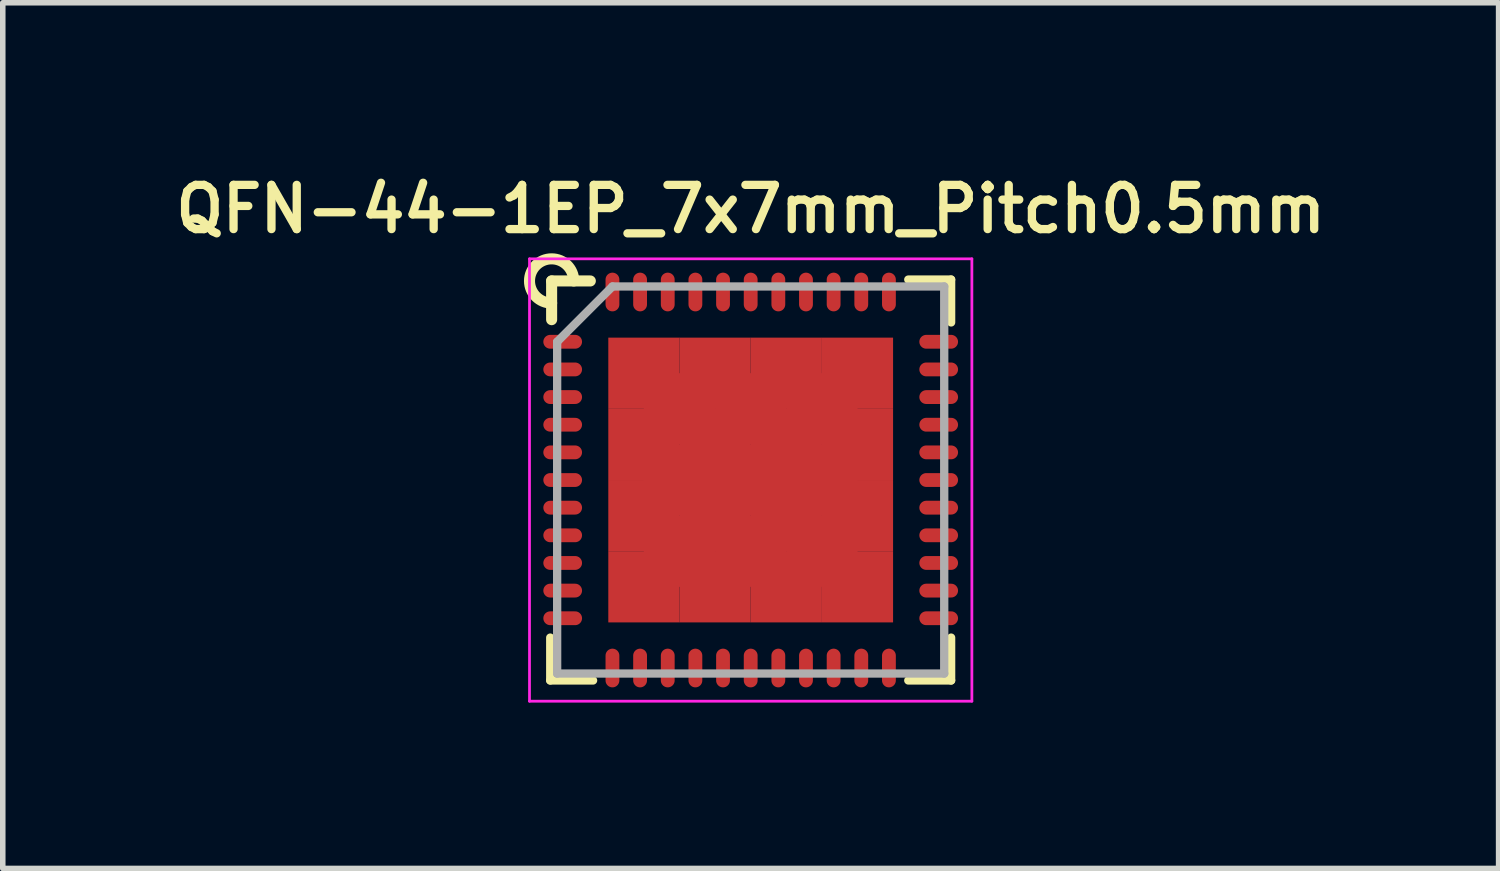
<source format=kicad_pcb>
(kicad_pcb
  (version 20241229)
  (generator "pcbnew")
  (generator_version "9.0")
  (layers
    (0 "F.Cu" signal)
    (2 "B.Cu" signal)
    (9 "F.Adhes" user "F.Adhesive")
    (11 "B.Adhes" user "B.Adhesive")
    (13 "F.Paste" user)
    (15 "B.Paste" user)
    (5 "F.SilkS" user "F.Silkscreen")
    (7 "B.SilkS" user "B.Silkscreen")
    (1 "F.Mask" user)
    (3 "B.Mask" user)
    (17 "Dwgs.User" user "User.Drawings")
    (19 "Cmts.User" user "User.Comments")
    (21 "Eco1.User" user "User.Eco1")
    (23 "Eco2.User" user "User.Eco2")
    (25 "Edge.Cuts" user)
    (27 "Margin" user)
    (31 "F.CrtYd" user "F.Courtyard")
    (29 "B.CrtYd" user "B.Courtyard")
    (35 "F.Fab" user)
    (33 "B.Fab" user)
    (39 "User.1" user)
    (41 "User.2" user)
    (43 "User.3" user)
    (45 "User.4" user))
  (footprint "QFN-44-1EP_7x7mm_Pitch0.5mm"
    (layer "F.Cu")
    (at 10.526 5.631)
    (property "Reference" "QFN-44-1EP_7x7mm_Pitch0.5mm" (at 0 -4.9 0) (layer "F.SilkS") (effects (font (size 0.8 0.8) (thickness 0.15))))
    (attr smd)
    (fp_line (start -3.625 3.625) (end -3.625 2.85) (stroke (width 0.15) (type solid)) (layer "F.SilkS"))
    (fp_line (start -3.625 3.625) (end -2.85 3.625) (stroke (width 0.15) (type solid)) (layer "F.SilkS"))
    (fp_line (start -3.6 -3.6) (end -3.6 -2.9) (stroke (width 0.2) (type solid)) (layer "F.SilkS"))
    (fp_line (start -2.9 -3.6) (end -3.6 -3.6) (stroke (width 0.2) (type solid)) (layer "F.SilkS"))
    (fp_line (start 3.625 -3.625) (end 2.85 -3.625) (stroke (width 0.15) (type solid)) (layer "F.SilkS"))
    (fp_line (start 3.625 -3.625) (end 3.625 -2.85) (stroke (width 0.15) (type solid)) (layer "F.SilkS"))
    (fp_line (start 3.625 3.625) (end 2.85 3.625) (stroke (width 0.15) (type solid)) (layer "F.SilkS"))
    (fp_line (start 3.625 3.625) (end 3.625 2.85) (stroke (width 0.15) (type solid)) (layer "F.SilkS"))
    (fp_arc (start -3.6 -3.2) (mid -3.882843 -3.882843) (end -3.2 -3.6) (stroke (width 0.2) (type solid)) (layer "F.SilkS"))
    (fp_line (start -4 -4) (end -4 4) (stroke (width 0.05) (type solid)) (layer "F.CrtYd"))
    (fp_line (start -4 -4) (end 4 -4) (stroke (width 0.05) (type solid)) (layer "F.CrtYd"))
    (fp_line (start -4 4) (end 4 4) (stroke (width 0.05) (type solid)) (layer "F.CrtYd"))
    (fp_line (start 4 -4) (end 4 4) (stroke (width 0.05) (type solid)) (layer "F.CrtYd"))
    (fp_line (start -3.5 -2.5) (end -2.5 -3.5) (stroke (width 0.15) (type solid)) (layer "F.Fab"))
    (fp_line (start -3.5 3.5) (end -3.5 -2.5) (stroke (width 0.15) (type solid)) (layer "F.Fab"))
    (fp_line (start -2.5 -3.5) (end 3.5 -3.5) (stroke (width 0.15) (type solid)) (layer "F.Fab"))
    (fp_line (start 3.5 -3.5) (end 3.5 3.5) (stroke (width 0.15) (type solid)) (layer "F.Fab"))
    (fp_line (start 3.5 3.5) (end -3.5 3.5) (stroke (width 0.15) (type solid)) (layer "F.Fab"))
    (pad "1" smd oval (at -3.4 -2.5) (size 0.7 0.25) (layers "F.Cu" "F.Mask" "F.Paste"))
    (pad "2" smd oval (at -3.4 -2) (size 0.7 0.25) (layers "F.Cu" "F.Mask" "F.Paste"))
    (pad "3" smd oval (at -3.4 -1.5) (size 0.7 0.25) (layers "F.Cu" "F.Mask" "F.Paste"))
    (pad "4" smd oval (at -3.4 -1) (size 0.7 0.25) (layers "F.Cu" "F.Mask" "F.Paste"))
    (pad "5" smd oval (at -3.4 -0.5) (size 0.7 0.25) (layers "F.Cu" "F.Mask" "F.Paste"))
    (pad "6" smd oval (at -3.4 0) (size 0.7 0.25) (layers "F.Cu" "F.Mask" "F.Paste"))
    (pad "7" smd oval (at -3.4 0.5) (size 0.7 0.25) (layers "F.Cu" "F.Mask" "F.Paste"))
    (pad "8" smd oval (at -3.4 1) (size 0.7 0.25) (layers "F.Cu" "F.Mask" "F.Paste"))
    (pad "9" smd oval (at -3.4 1.5) (size 0.7 0.25) (layers "F.Cu" "F.Mask" "F.Paste"))
    (pad "10" smd oval (at -3.4 2) (size 0.7 0.25) (layers "F.Cu" "F.Mask" "F.Paste"))
    (pad "11" smd oval (at -3.4 2.5) (size 0.7 0.25) (layers "F.Cu" "F.Mask" "F.Paste"))
    (pad "12" smd oval (at -2.5 3.4 90) (size 0.7 0.25) (layers "F.Cu" "F.Mask" "F.Paste"))
    (pad "13" smd oval (at -2 3.4 90) (size 0.7 0.25) (layers "F.Cu" "F.Mask" "F.Paste"))
    (pad "14" smd oval (at -1.5 3.4 90) (size 0.7 0.25) (layers "F.Cu" "F.Mask" "F.Paste"))
    (pad "15" smd oval (at -1 3.4 90) (size 0.7 0.25) (layers "F.Cu" "F.Mask" "F.Paste"))
    (pad "16" smd oval (at -0.5 3.4 90) (size 0.7 0.25) (layers "F.Cu" "F.Mask" "F.Paste"))
    (pad "17" smd oval (at 0 3.4 90) (size 0.7 0.25) (layers "F.Cu" "F.Mask" "F.Paste"))
    (pad "18" smd oval (at 0.5 3.4 90) (size 0.7 0.25) (layers "F.Cu" "F.Mask" "F.Paste"))
    (pad "19" smd oval (at 1 3.4 90) (size 0.7 0.25) (layers "F.Cu" "F.Mask" "F.Paste"))
    (pad "20" smd oval (at 1.5 3.4 90) (size 0.7 0.25) (layers "F.Cu" "F.Mask" "F.Paste"))
    (pad "21" smd oval (at 2 3.4 90) (size 0.7 0.25) (layers "F.Cu" "F.Mask" "F.Paste"))
    (pad "22" smd oval (at 2.5 3.4 90) (size 0.7 0.25) (layers "F.Cu" "F.Mask" "F.Paste"))
    (pad "23" smd oval (at 3.4 2.5) (size 0.7 0.25) (layers "F.Cu" "F.Mask" "F.Paste"))
    (pad "24" smd oval (at 3.4 2) (size 0.7 0.25) (layers "F.Cu" "F.Mask" "F.Paste"))
    (pad "25" smd oval (at 3.4 1.5) (size 0.7 0.25) (layers "F.Cu" "F.Mask" "F.Paste"))
    (pad "26" smd oval (at 3.4 1) (size 0.7 0.25) (layers "F.Cu" "F.Mask" "F.Paste"))
    (pad "27" smd oval (at 3.4 0.5) (size 0.7 0.25) (layers "F.Cu" "F.Mask" "F.Paste"))
    (pad "28" smd oval (at 3.4 0) (size 0.7 0.25) (layers "F.Cu" "F.Mask" "F.Paste"))
    (pad "29" smd oval (at 3.4 -0.5) (size 0.7 0.25) (layers "F.Cu" "F.Mask" "F.Paste"))
    (pad "30" smd oval (at 3.4 -1) (size 0.7 0.25) (layers "F.Cu" "F.Mask" "F.Paste"))
    (pad "31" smd oval (at 3.4 -1.5) (size 0.7 0.25) (layers "F.Cu" "F.Mask" "F.Paste"))
    (pad "32" smd oval (at 3.4 -2) (size 0.7 0.25) (layers "F.Cu" "F.Mask" "F.Paste"))
    (pad "33" smd oval (at 3.4 -2.5) (size 0.7 0.25) (layers "F.Cu" "F.Mask" "F.Paste"))
    (pad "34" smd oval (at 2.5 -3.4 90) (size 0.7 0.25) (layers "F.Cu" "F.Mask" "F.Paste"))
    (pad "35" smd oval (at 2 -3.4 90) (size 0.7 0.25) (layers "F.Cu" "F.Mask" "F.Paste"))
    (pad "36" smd oval (at 1.5 -3.4 90) (size 0.7 0.25) (layers "F.Cu" "F.Mask" "F.Paste"))
    (pad "37" smd oval (at 1 -3.4 90) (size 0.7 0.25) (layers "F.Cu" "F.Mask" "F.Paste"))
    (pad "38" smd oval (at 0.5 -3.4 90) (size 0.7 0.25) (layers "F.Cu" "F.Mask" "F.Paste"))
    (pad "39" smd oval (at 0 -3.4 90) (size 0.7 0.25) (layers "F.Cu" "F.Mask" "F.Paste"))
    (pad "40" smd oval (at -0.5 -3.4 90) (size 0.7 0.25) (layers "F.Cu" "F.Mask" "F.Paste"))
    (pad "41" smd oval (at -1 -3.4 90) (size 0.7 0.25) (layers "F.Cu" "F.Mask" "F.Paste"))
    (pad "42" smd oval (at -1.5 -3.4 90) (size 0.7 0.25) (layers "F.Cu" "F.Mask" "F.Paste"))
    (pad "43" smd oval (at -2 -3.4 90) (size 0.7 0.25) (layers "F.Cu" "F.Mask" "F.Paste"))
    (pad "44" smd oval (at -2.5 -3.4 90) (size 0.7 0.25) (layers "F.Cu" "F.Mask" "F.Paste"))
    (pad "45" smd rect (at -1.931 -1.931) (size 1.288 1.288) (layers "F.Cu" "F.Mask" "F.Paste"))
    (pad "45" smd rect (at -1.931 -0.644) (size 1.288 1.288) (layers "F.Cu" "F.Mask" "F.Paste"))
    (pad "45" smd rect (at -1.931 0.644) (size 1.288 1.288) (layers "F.Cu" "F.Mask" "F.Paste"))
    (pad "45" smd rect (at -1.931 1.931) (size 1.288 1.288) (layers "F.Cu" "F.Mask" "F.Paste"))
    (pad "45" smd rect (at -1.288 -1.288) (size 1.288 1.288) (layers "F.Cu" "F.Mask" "F.Paste"))
    (pad "45" smd rect (at -1.288 0) (size 1.288 1.288) (layers "F.Cu" "F.Mask" "F.Paste"))
    (pad "45" smd rect (at -1.288 1.288) (size 1.288 1.288) (layers "F.Cu" "F.Mask" "F.Paste"))
    (pad "45" smd rect (at -0.644 -1.931) (size 1.288 1.288) (layers "F.Cu" "F.Mask" "F.Paste"))
    (pad "45" smd rect (at -0.644 -0.644) (size 1.288 1.288) (layers "F.Cu" "F.Mask" "F.Paste"))
    (pad "45" smd rect (at -0.644 0.644) (size 1.288 1.288) (layers "F.Cu" "F.Mask" "F.Paste"))
    (pad "45" smd rect (at -0.644 1.931) (size 1.288 1.288) (layers "F.Cu" "F.Mask" "F.Paste"))
    (pad "45" smd rect (at 0 -1.288) (size 1.288 1.288) (layers "F.Cu" "F.Mask" "F.Paste"))
    (pad "45" smd rect (at 0 0) (size 1.288 1.288) (layers "F.Cu" "F.Mask" "F.Paste"))
    (pad "45" smd rect (at 0 1.288) (size 1.288 1.288) (layers "F.Cu" "F.Mask" "F.Paste"))
    (pad "45" smd rect (at 0.644 -1.931) (size 1.288 1.288) (layers "F.Cu" "F.Mask" "F.Paste"))
    (pad "45" smd rect (at 0.644 -0.644) (size 1.288 1.288) (layers "F.Cu" "F.Mask" "F.Paste"))
    (pad "45" smd rect (at 0.644 0.644) (size 1.288 1.288) (layers "F.Cu" "F.Mask" "F.Paste"))
    (pad "45" smd rect (at 0.644 1.931) (size 1.288 1.288) (layers "F.Cu" "F.Mask" "F.Paste"))
    (pad "45" smd rect (at 1.288 -1.288) (size 1.288 1.288) (layers "F.Cu" "F.Mask" "F.Paste"))
    (pad "45" smd rect (at 1.288 0) (size 1.288 1.288) (layers "F.Cu" "F.Mask" "F.Paste"))
    (pad "45" smd rect (at 1.288 1.288) (size 1.288 1.288) (layers "F.Cu" "F.Mask" "F.Paste"))
    (pad "45" smd rect (at 1.931 -1.931) (size 1.288 1.288) (layers "F.Cu" "F.Mask" "F.Paste"))
    (pad "45" smd rect (at 1.931 -0.644) (size 1.288 1.288) (layers "F.Cu" "F.Mask" "F.Paste"))
    (pad "45" smd rect (at 1.931 0.644) (size 1.288 1.288) (layers "F.Cu" "F.Mask" "F.Paste"))
    (pad "45" smd rect (at 1.931 1.931) (size 1.288 1.288) (layers "F.Cu" "F.Mask" "F.Paste")))
  (gr_rect
    (start -3 -3)
    (end 24.052 12.656)
    (stroke (width 0.1) (type default))
    (fill no)
    (layer "Edge.Cuts")))
</source>
